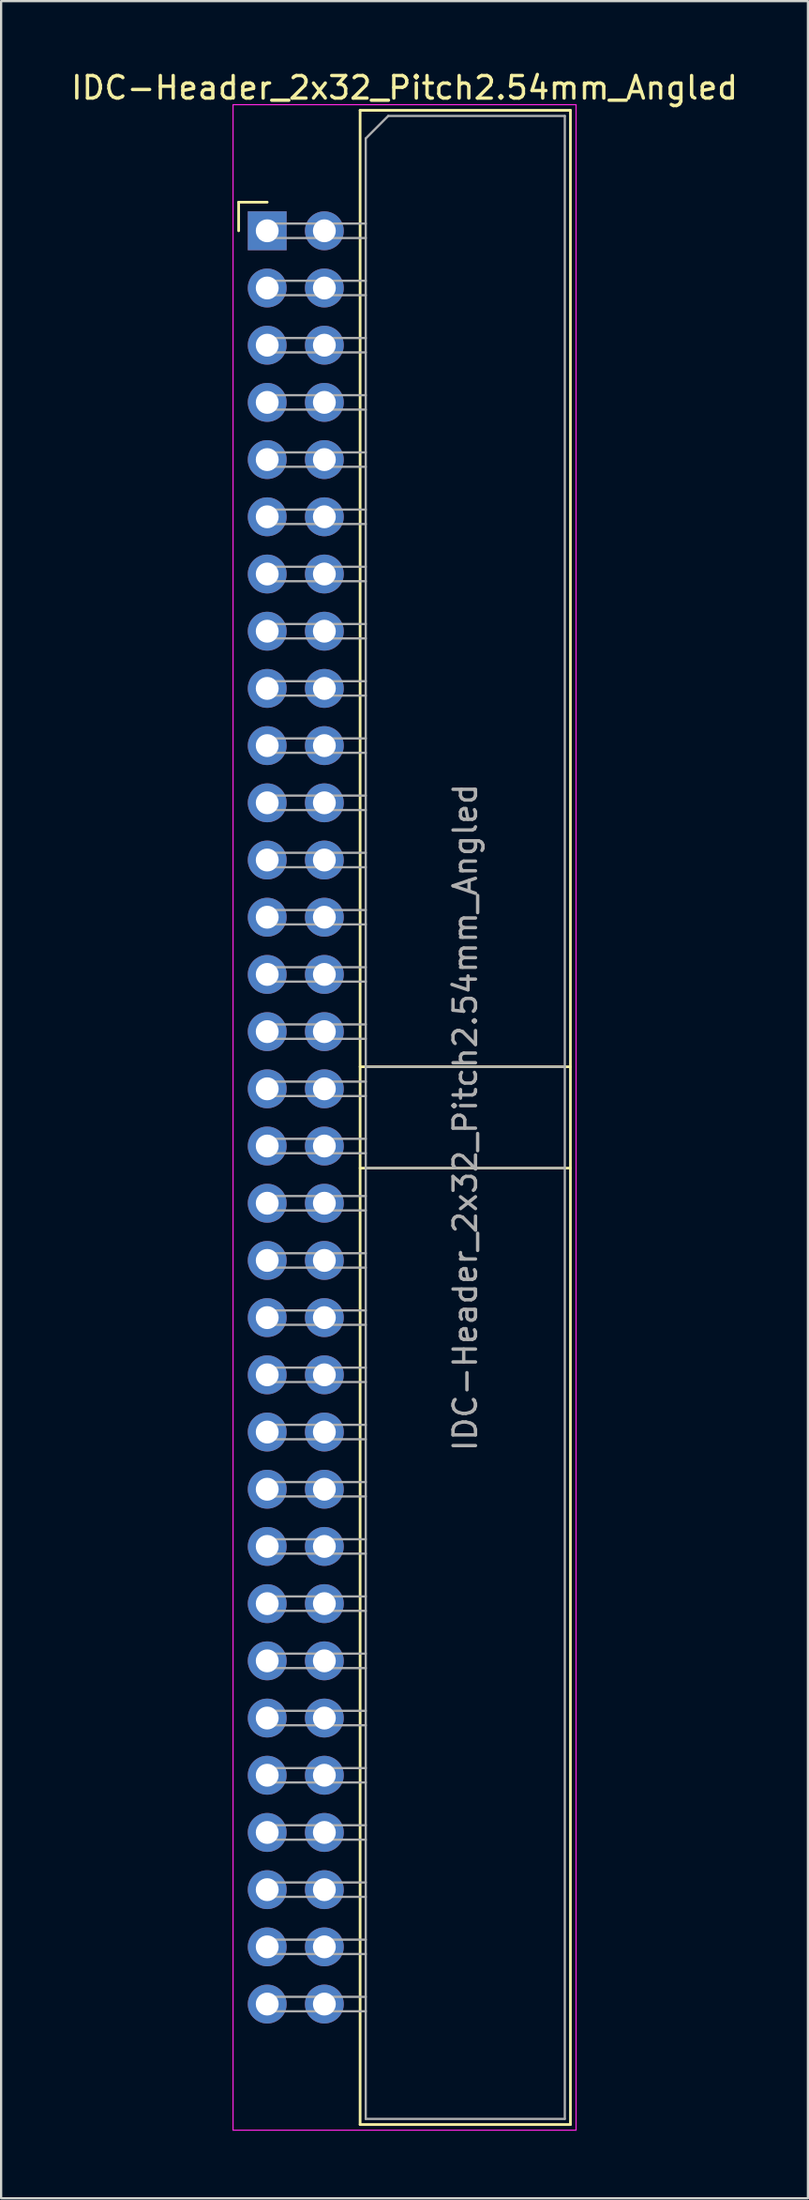
<source format=kicad_pcb>
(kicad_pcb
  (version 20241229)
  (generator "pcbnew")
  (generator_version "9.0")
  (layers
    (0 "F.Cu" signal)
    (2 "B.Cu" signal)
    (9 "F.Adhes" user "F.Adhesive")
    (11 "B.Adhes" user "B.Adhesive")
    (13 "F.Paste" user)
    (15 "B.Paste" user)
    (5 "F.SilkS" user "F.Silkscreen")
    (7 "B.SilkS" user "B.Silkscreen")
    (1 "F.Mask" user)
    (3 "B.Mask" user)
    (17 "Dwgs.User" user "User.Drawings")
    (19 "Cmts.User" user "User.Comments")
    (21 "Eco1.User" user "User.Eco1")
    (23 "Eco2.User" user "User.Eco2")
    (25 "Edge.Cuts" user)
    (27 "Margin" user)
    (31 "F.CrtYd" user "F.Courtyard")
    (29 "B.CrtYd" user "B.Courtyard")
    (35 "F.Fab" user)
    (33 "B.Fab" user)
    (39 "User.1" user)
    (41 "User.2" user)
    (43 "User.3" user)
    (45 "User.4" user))
  (footprint "IDC-Header_2x32_Pitch2.54mm_Angled"
    (layer "F.Cu")
    (at 8.83 7.198)
    (property "Reference" "IDC-Header_2x32_Pitch2.54mm_Angled" (at 6.105 -6.35 0) (layer "F.SilkS") (effects (font (size 1 1) (thickness 0.15))))
    (attr through_hole)
    (fp_line (start -1.27 -1.27) (end -1.27 0) (stroke (width 0.12) (type solid)) (layer "F.SilkS"))
    (fp_line (start 0 -1.27) (end -1.27 -1.27) (stroke (width 0.12) (type solid)) (layer "F.SilkS"))
    (fp_line (start 4.13 -5.35) (end 13.48 -5.35) (stroke (width 0.12) (type solid)) (layer "F.SilkS"))
    (fp_line (start 4.13 37.12) (end 13.48 37.12) (stroke (width 0.12) (type solid)) (layer "F.SilkS"))
    (fp_line (start 4.13 41.62) (end 13.48 41.62) (stroke (width 0.12) (type solid)) (layer "F.SilkS"))
    (fp_line (start 4.13 84.09) (end 4.13 -5.35) (stroke (width 0.12) (type solid)) (layer "F.SilkS"))
    (fp_line (start 4.13 84.09) (end 13.48 84.09) (stroke (width 0.12) (type solid)) (layer "F.SilkS"))
    (fp_line (start 13.48 -5.35) (end 13.48 84.09) (stroke (width 0.12) (type solid)) (layer "F.SilkS"))
    (fp_line (start -1.52 -5.6) (end 13.73 -5.6) (stroke (width 0.05) (type solid)) (layer "F.CrtYd"))
    (fp_line (start -1.52 84.34) (end -1.52 -5.6) (stroke (width 0.05) (type solid)) (layer "F.CrtYd"))
    (fp_line (start 13.73 -5.6) (end 13.73 84.34) (stroke (width 0.05) (type solid)) (layer "F.CrtYd"))
    (fp_line (start 13.73 84.34) (end -1.52 84.34) (stroke (width 0.05) (type solid)) (layer "F.CrtYd"))
    (fp_line (start -0.32 -0.32) (end -0.32 0.32) (stroke (width 0.1) (type solid)) (layer "F.Fab"))
    (fp_line (start -0.32 0.32) (end 4.38 0.32) (stroke (width 0.1) (type solid)) (layer "F.Fab"))
    (fp_line (start -0.32 2.22) (end -0.32 2.86) (stroke (width 0.1) (type solid)) (layer "F.Fab"))
    (fp_line (start -0.32 2.86) (end 4.38 2.86) (stroke (width 0.1) (type solid)) (layer "F.Fab"))
    (fp_line (start -0.32 4.76) (end -0.32 5.4) (stroke (width 0.1) (type solid)) (layer "F.Fab"))
    (fp_line (start -0.32 5.4) (end 4.38 5.4) (stroke (width 0.1) (type solid)) (layer "F.Fab"))
    (fp_line (start -0.32 7.3) (end -0.32 7.94) (stroke (width 0.1) (type solid)) (layer "F.Fab"))
    (fp_line (start -0.32 7.94) (end 4.38 7.94) (stroke (width 0.1) (type solid)) (layer "F.Fab"))
    (fp_line (start -0.32 9.84) (end -0.32 10.48) (stroke (width 0.1) (type solid)) (layer "F.Fab"))
    (fp_line (start -0.32 10.48) (end 4.38 10.48) (stroke (width 0.1) (type solid)) (layer "F.Fab"))
    (fp_line (start -0.32 12.38) (end -0.32 13.02) (stroke (width 0.1) (type solid)) (layer "F.Fab"))
    (fp_line (start -0.32 13.02) (end 4.38 13.02) (stroke (width 0.1) (type solid)) (layer "F.Fab"))
    (fp_line (start -0.32 14.92) (end -0.32 15.56) (stroke (width 0.1) (type solid)) (layer "F.Fab"))
    (fp_line (start -0.32 15.56) (end 4.38 15.56) (stroke (width 0.1) (type solid)) (layer "F.Fab"))
    (fp_line (start -0.32 17.46) (end -0.32 18.1) (stroke (width 0.1) (type solid)) (layer "F.Fab"))
    (fp_line (start -0.32 18.1) (end 4.38 18.1) (stroke (width 0.1) (type solid)) (layer "F.Fab"))
    (fp_line (start -0.32 20) (end -0.32 20.64) (stroke (width 0.1) (type solid)) (layer "F.Fab"))
    (fp_line (start -0.32 20.64) (end 4.38 20.64) (stroke (width 0.1) (type solid)) (layer "F.Fab"))
    (fp_line (start -0.32 22.54) (end -0.32 23.18) (stroke (width 0.1) (type solid)) (layer "F.Fab"))
    (fp_line (start -0.32 23.18) (end 4.38 23.18) (stroke (width 0.1) (type solid)) (layer "F.Fab"))
    (fp_line (start -0.32 25.08) (end -0.32 25.72) (stroke (width 0.1) (type solid)) (layer "F.Fab"))
    (fp_line (start -0.32 25.72) (end 4.38 25.72) (stroke (width 0.1) (type solid)) (layer "F.Fab"))
    (fp_line (start -0.32 27.62) (end -0.32 28.26) (stroke (width 0.1) (type solid)) (layer "F.Fab"))
    (fp_line (start -0.32 28.26) (end 4.38 28.26) (stroke (width 0.1) (type solid)) (layer "F.Fab"))
    (fp_line (start -0.32 30.16) (end -0.32 30.8) (stroke (width 0.1) (type solid)) (layer "F.Fab"))
    (fp_line (start -0.32 30.8) (end 4.38 30.8) (stroke (width 0.1) (type solid)) (layer "F.Fab"))
    (fp_line (start -0.32 32.7) (end -0.32 33.34) (stroke (width 0.1) (type solid)) (layer "F.Fab"))
    (fp_line (start -0.32 33.34) (end 4.38 33.34) (stroke (width 0.1) (type solid)) (layer "F.Fab"))
    (fp_line (start -0.32 35.24) (end -0.32 35.88) (stroke (width 0.1) (type solid)) (layer "F.Fab"))
    (fp_line (start -0.32 35.88) (end 4.38 35.88) (stroke (width 0.1) (type solid)) (layer "F.Fab"))
    (fp_line (start -0.32 37.78) (end -0.32 38.42) (stroke (width 0.1) (type solid)) (layer "F.Fab"))
    (fp_line (start -0.32 38.42) (end 4.38 38.42) (stroke (width 0.1) (type solid)) (layer "F.Fab"))
    (fp_line (start -0.32 40.32) (end -0.32 40.96) (stroke (width 0.1) (type solid)) (layer "F.Fab"))
    (fp_line (start -0.32 40.96) (end 4.38 40.96) (stroke (width 0.1) (type solid)) (layer "F.Fab"))
    (fp_line (start -0.32 42.86) (end -0.32 43.5) (stroke (width 0.1) (type solid)) (layer "F.Fab"))
    (fp_line (start -0.32 43.5) (end 4.38 43.5) (stroke (width 0.1) (type solid)) (layer "F.Fab"))
    (fp_line (start -0.32 45.4) (end -0.32 46.04) (stroke (width 0.1) (type solid)) (layer "F.Fab"))
    (fp_line (start -0.32 46.04) (end 4.38 46.04) (stroke (width 0.1) (type solid)) (layer "F.Fab"))
    (fp_line (start -0.32 47.94) (end -0.32 48.58) (stroke (width 0.1) (type solid)) (layer "F.Fab"))
    (fp_line (start -0.32 48.58) (end 4.38 48.58) (stroke (width 0.1) (type solid)) (layer "F.Fab"))
    (fp_line (start -0.32 50.48) (end -0.32 51.12) (stroke (width 0.1) (type solid)) (layer "F.Fab"))
    (fp_line (start -0.32 51.12) (end 4.38 51.12) (stroke (width 0.1) (type solid)) (layer "F.Fab"))
    (fp_line (start -0.32 53.02) (end -0.32 53.66) (stroke (width 0.1) (type solid)) (layer "F.Fab"))
    (fp_line (start -0.32 53.66) (end 4.38 53.66) (stroke (width 0.1) (type solid)) (layer "F.Fab"))
    (fp_line (start -0.32 55.56) (end -0.32 56.2) (stroke (width 0.1) (type solid)) (layer "F.Fab"))
    (fp_line (start -0.32 56.2) (end 4.38 56.2) (stroke (width 0.1) (type solid)) (layer "F.Fab"))
    (fp_line (start -0.32 58.1) (end -0.32 58.74) (stroke (width 0.1) (type solid)) (layer "F.Fab"))
    (fp_line (start -0.32 58.74) (end 4.38 58.74) (stroke (width 0.1) (type solid)) (layer "F.Fab"))
    (fp_line (start -0.32 60.64) (end -0.32 61.28) (stroke (width 0.1) (type solid)) (layer "F.Fab"))
    (fp_line (start -0.32 61.28) (end 4.38 61.28) (stroke (width 0.1) (type solid)) (layer "F.Fab"))
    (fp_line (start -0.32 63.18) (end -0.32 63.82) (stroke (width 0.1) (type solid)) (layer "F.Fab"))
    (fp_line (start -0.32 63.82) (end 4.38 63.82) (stroke (width 0.1) (type solid)) (layer "F.Fab"))
    (fp_line (start -0.32 65.72) (end -0.32 66.36) (stroke (width 0.1) (type solid)) (layer "F.Fab"))
    (fp_line (start -0.32 66.36) (end 4.38 66.36) (stroke (width 0.1) (type solid)) (layer "F.Fab"))
    (fp_line (start -0.32 68.26) (end -0.32 68.9) (stroke (width 0.1) (type solid)) (layer "F.Fab"))
    (fp_line (start -0.32 68.9) (end 4.38 68.9) (stroke (width 0.1) (type solid)) (layer "F.Fab"))
    (fp_line (start -0.32 70.8) (end -0.32 71.44) (stroke (width 0.1) (type solid)) (layer "F.Fab"))
    (fp_line (start -0.32 71.44) (end 4.38 71.44) (stroke (width 0.1) (type solid)) (layer "F.Fab"))
    (fp_line (start -0.32 73.34) (end -0.32 73.98) (stroke (width 0.1) (type solid)) (layer "F.Fab"))
    (fp_line (start -0.32 73.98) (end 4.38 73.98) (stroke (width 0.1) (type solid)) (layer "F.Fab"))
    (fp_line (start -0.32 75.88) (end -0.32 76.52) (stroke (width 0.1) (type solid)) (layer "F.Fab"))
    (fp_line (start -0.32 76.52) (end 4.38 76.52) (stroke (width 0.1) (type solid)) (layer "F.Fab"))
    (fp_line (start -0.32 78.42) (end -0.32 79.06) (stroke (width 0.1) (type solid)) (layer "F.Fab"))
    (fp_line (start -0.32 79.06) (end 4.38 79.06) (stroke (width 0.1) (type solid)) (layer "F.Fab"))
    (fp_line (start 4.38 -4.1) (end 5.38 -5.1) (stroke (width 0.1) (type solid)) (layer "F.Fab"))
    (fp_line (start 4.38 -0.32) (end -0.32 -0.32) (stroke (width 0.1) (type solid)) (layer "F.Fab"))
    (fp_line (start 4.38 2.22) (end -0.32 2.22) (stroke (width 0.1) (type solid)) (layer "F.Fab"))
    (fp_line (start 4.38 4.76) (end -0.32 4.76) (stroke (width 0.1) (type solid)) (layer "F.Fab"))
    (fp_line (start 4.38 7.3) (end -0.32 7.3) (stroke (width 0.1) (type solid)) (layer "F.Fab"))
    (fp_line (start 4.38 9.84) (end -0.32 9.84) (stroke (width 0.1) (type solid)) (layer "F.Fab"))
    (fp_line (start 4.38 12.38) (end -0.32 12.38) (stroke (width 0.1) (type solid)) (layer "F.Fab"))
    (fp_line (start 4.38 14.92) (end -0.32 14.92) (stroke (width 0.1) (type solid)) (layer "F.Fab"))
    (fp_line (start 4.38 17.46) (end -0.32 17.46) (stroke (width 0.1) (type solid)) (layer "F.Fab"))
    (fp_line (start 4.38 20) (end -0.32 20) (stroke (width 0.1) (type solid)) (layer "F.Fab"))
    (fp_line (start 4.38 22.54) (end -0.32 22.54) (stroke (width 0.1) (type solid)) (layer "F.Fab"))
    (fp_line (start 4.38 25.08) (end -0.32 25.08) (stroke (width 0.1) (type solid)) (layer "F.Fab"))
    (fp_line (start 4.38 27.62) (end -0.32 27.62) (stroke (width 0.1) (type solid)) (layer "F.Fab"))
    (fp_line (start 4.38 30.16) (end -0.32 30.16) (stroke (width 0.1) (type solid)) (layer "F.Fab"))
    (fp_line (start 4.38 32.7) (end -0.32 32.7) (stroke (width 0.1) (type solid)) (layer "F.Fab"))
    (fp_line (start 4.38 35.24) (end -0.32 35.24) (stroke (width 0.1) (type solid)) (layer "F.Fab"))
    (fp_line (start 4.38 37.12) (end 13.23 37.12) (stroke (width 0.1) (type solid)) (layer "F.Fab"))
    (fp_line (start 4.38 37.78) (end -0.32 37.78) (stroke (width 0.1) (type solid)) (layer "F.Fab"))
    (fp_line (start 4.38 40.32) (end -0.32 40.32) (stroke (width 0.1) (type solid)) (layer "F.Fab"))
    (fp_line (start 4.38 41.62) (end 13.23 41.62) (stroke (width 0.1) (type solid)) (layer "F.Fab"))
    (fp_line (start 4.38 42.86) (end -0.32 42.86) (stroke (width 0.1) (type solid)) (layer "F.Fab"))
    (fp_line (start 4.38 45.4) (end -0.32 45.4) (stroke (width 0.1) (type solid)) (layer "F.Fab"))
    (fp_line (start 4.38 47.94) (end -0.32 47.94) (stroke (width 0.1) (type solid)) (layer "F.Fab"))
    (fp_line (start 4.38 50.48) (end -0.32 50.48) (stroke (width 0.1) (type solid)) (layer "F.Fab"))
    (fp_line (start 4.38 53.02) (end -0.32 53.02) (stroke (width 0.1) (type solid)) (layer "F.Fab"))
    (fp_line (start 4.38 55.56) (end -0.32 55.56) (stroke (width 0.1) (type solid)) (layer "F.Fab"))
    (fp_line (start 4.38 58.1) (end -0.32 58.1) (stroke (width 0.1) (type solid)) (layer "F.Fab"))
    (fp_line (start 4.38 60.64) (end -0.32 60.64) (stroke (width 0.1) (type solid)) (layer "F.Fab"))
    (fp_line (start 4.38 63.18) (end -0.32 63.18) (stroke (width 0.1) (type solid)) (layer "F.Fab"))
    (fp_line (start 4.38 65.72) (end -0.32 65.72) (stroke (width 0.1) (type solid)) (layer "F.Fab"))
    (fp_line (start 4.38 68.26) (end -0.32 68.26) (stroke (width 0.1) (type solid)) (layer "F.Fab"))
    (fp_line (start 4.38 70.8) (end -0.32 70.8) (stroke (width 0.1) (type solid)) (layer "F.Fab"))
    (fp_line (start 4.38 73.34) (end -0.32 73.34) (stroke (width 0.1) (type solid)) (layer "F.Fab"))
    (fp_line (start 4.38 75.88) (end -0.32 75.88) (stroke (width 0.1) (type solid)) (layer "F.Fab"))
    (fp_line (start 4.38 78.42) (end -0.32 78.42) (stroke (width 0.1) (type solid)) (layer "F.Fab"))
    (fp_line (start 4.38 83.84) (end 4.38 -4.1) (stroke (width 0.1) (type solid)) (layer "F.Fab"))
    (fp_line (start 4.38 83.84) (end 13.23 83.84) (stroke (width 0.1) (type solid)) (layer "F.Fab"))
    (fp_line (start 5.38 -5.1) (end 13.23 -5.1) (stroke (width 0.1) (type solid)) (layer "F.Fab"))
    (fp_line (start 13.23 83.84) (end 13.23 -5.1) (stroke (width 0.1) (type solid)) (layer "F.Fab"))
    (fp_text user "${REFERENCE}" (at 8.805 39.37 90) (layer "F.Fab") (effects (font (size 1 1) (thickness 0.15))))
    (pad "1" thru_hole rect (at 0 0) (size 1.727 1.727) (drill 1.016) (layers "*.Cu" "*.Mask"))
    (pad "2" thru_hole oval (at 2.54 0) (size 1.727 1.727) (drill 1.016) (layers "*.Cu" "*.Mask"))
    (pad "3" thru_hole oval (at 0 2.54) (size 1.727 1.727) (drill 1.016) (layers "*.Cu" "*.Mask"))
    (pad "4" thru_hole oval (at 2.54 2.54) (size 1.727 1.727) (drill 1.016) (layers "*.Cu" "*.Mask"))
    (pad "5" thru_hole oval (at 0 5.08) (size 1.727 1.727) (drill 1.016) (layers "*.Cu" "*.Mask"))
    (pad "6" thru_hole oval (at 2.54 5.08) (size 1.727 1.727) (drill 1.016) (layers "*.Cu" "*.Mask"))
    (pad "7" thru_hole oval (at 0 7.62) (size 1.727 1.727) (drill 1.016) (layers "*.Cu" "*.Mask"))
    (pad "8" thru_hole oval (at 2.54 7.62) (size 1.727 1.727) (drill 1.016) (layers "*.Cu" "*.Mask"))
    (pad "9" thru_hole oval (at 0 10.16) (size 1.727 1.727) (drill 1.016) (layers "*.Cu" "*.Mask"))
    (pad "10" thru_hole oval (at 2.54 10.16) (size 1.727 1.727) (drill 1.016) (layers "*.Cu" "*.Mask"))
    (pad "11" thru_hole oval (at 0 12.7) (size 1.727 1.727) (drill 1.016) (layers "*.Cu" "*.Mask"))
    (pad "12" thru_hole oval (at 2.54 12.7) (size 1.727 1.727) (drill 1.016) (layers "*.Cu" "*.Mask"))
    (pad "13" thru_hole oval (at 0 15.24) (size 1.727 1.727) (drill 1.016) (layers "*.Cu" "*.Mask"))
    (pad "14" thru_hole oval (at 2.54 15.24) (size 1.727 1.727) (drill 1.016) (layers "*.Cu" "*.Mask"))
    (pad "15" thru_hole oval (at 0 17.78) (size 1.727 1.727) (drill 1.016) (layers "*.Cu" "*.Mask"))
    (pad "16" thru_hole oval (at 2.54 17.78) (size 1.727 1.727) (drill 1.016) (layers "*.Cu" "*.Mask"))
    (pad "17" thru_hole oval (at 0 20.32) (size 1.727 1.727) (drill 1.016) (layers "*.Cu" "*.Mask"))
    (pad "18" thru_hole oval (at 2.54 20.32) (size 1.727 1.727) (drill 1.016) (layers "*.Cu" "*.Mask"))
    (pad "19" thru_hole oval (at 0 22.86) (size 1.727 1.727) (drill 1.016) (layers "*.Cu" "*.Mask"))
    (pad "20" thru_hole oval (at 2.54 22.86) (size 1.727 1.727) (drill 1.016) (layers "*.Cu" "*.Mask"))
    (pad "21" thru_hole oval (at 0 25.4) (size 1.727 1.727) (drill 1.016) (layers "*.Cu" "*.Mask"))
    (pad "22" thru_hole oval (at 2.54 25.4) (size 1.727 1.727) (drill 1.016) (layers "*.Cu" "*.Mask"))
    (pad "23" thru_hole oval (at 0 27.94) (size 1.727 1.727) (drill 1.016) (layers "*.Cu" "*.Mask"))
    (pad "24" thru_hole oval (at 2.54 27.94) (size 1.727 1.727) (drill 1.016) (layers "*.Cu" "*.Mask"))
    (pad "25" thru_hole oval (at 0 30.48) (size 1.727 1.727) (drill 1.016) (layers "*.Cu" "*.Mask"))
    (pad "26" thru_hole oval (at 2.54 30.48) (size 1.727 1.727) (drill 1.016) (layers "*.Cu" "*.Mask"))
    (pad "27" thru_hole oval (at 0 33.02) (size 1.727 1.727) (drill 1.016) (layers "*.Cu" "*.Mask"))
    (pad "28" thru_hole oval (at 2.54 33.02) (size 1.727 1.727) (drill 1.016) (layers "*.Cu" "*.Mask"))
    (pad "29" thru_hole oval (at 0 35.56) (size 1.727 1.727) (drill 1.016) (layers "*.Cu" "*.Mask"))
    (pad "30" thru_hole oval (at 2.54 35.56) (size 1.727 1.727) (drill 1.016) (layers "*.Cu" "*.Mask"))
    (pad "31" thru_hole oval (at 0 38.1) (size 1.727 1.727) (drill 1.016) (layers "*.Cu" "*.Mask"))
    (pad "32" thru_hole oval (at 2.54 38.1) (size 1.727 1.727) (drill 1.016) (layers "*.Cu" "*.Mask"))
    (pad "33" thru_hole oval (at 0 40.64) (size 1.727 1.727) (drill 1.016) (layers "*.Cu" "*.Mask"))
    (pad "34" thru_hole oval (at 2.54 40.64) (size 1.727 1.727) (drill 1.016) (layers "*.Cu" "*.Mask"))
    (pad "35" thru_hole oval (at 0 43.18) (size 1.727 1.727) (drill 1.016) (layers "*.Cu" "*.Mask"))
    (pad "36" thru_hole oval (at 2.54 43.18) (size 1.727 1.727) (drill 1.016) (layers "*.Cu" "*.Mask"))
    (pad "37" thru_hole oval (at 0 45.72) (size 1.727 1.727) (drill 1.016) (layers "*.Cu" "*.Mask"))
    (pad "38" thru_hole oval (at 2.54 45.72) (size 1.727 1.727) (drill 1.016) (layers "*.Cu" "*.Mask"))
    (pad "39" thru_hole oval (at 0 48.26) (size 1.727 1.727) (drill 1.016) (layers "*.Cu" "*.Mask"))
    (pad "40" thru_hole oval (at 2.54 48.26) (size 1.727 1.727) (drill 1.016) (layers "*.Cu" "*.Mask"))
    (pad "41" thru_hole oval (at 0 50.8) (size 1.727 1.727) (drill 1.016) (layers "*.Cu" "*.Mask"))
    (pad "42" thru_hole oval (at 2.54 50.8) (size 1.727 1.727) (drill 1.016) (layers "*.Cu" "*.Mask"))
    (pad "43" thru_hole oval (at 0 53.34) (size 1.727 1.727) (drill 1.016) (layers "*.Cu" "*.Mask"))
    (pad "44" thru_hole oval (at 2.54 53.34) (size 1.727 1.727) (drill 1.016) (layers "*.Cu" "*.Mask"))
    (pad "45" thru_hole oval (at 0 55.88) (size 1.727 1.727) (drill 1.016) (layers "*.Cu" "*.Mask"))
    (pad "46" thru_hole oval (at 2.54 55.88) (size 1.727 1.727) (drill 1.016) (layers "*.Cu" "*.Mask"))
    (pad "47" thru_hole oval (at 0 58.42) (size 1.727 1.727) (drill 1.016) (layers "*.Cu" "*.Mask"))
    (pad "48" thru_hole oval (at 2.54 58.42) (size 1.727 1.727) (drill 1.016) (layers "*.Cu" "*.Mask"))
    (pad "49" thru_hole oval (at 0 60.96) (size 1.727 1.727) (drill 1.016) (layers "*.Cu" "*.Mask"))
    (pad "50" thru_hole oval (at 2.54 60.96) (size 1.727 1.727) (drill 1.016) (layers "*.Cu" "*.Mask"))
    (pad "51" thru_hole oval (at 0 63.5) (size 1.727 1.727) (drill 1.016) (layers "*.Cu" "*.Mask"))
    (pad "52" thru_hole oval (at 2.54 63.5) (size 1.727 1.727) (drill 1.016) (layers "*.Cu" "*.Mask"))
    (pad "53" thru_hole oval (at 0 66.04) (size 1.727 1.727) (drill 1.016) (layers "*.Cu" "*.Mask"))
    (pad "54" thru_hole oval (at 2.54 66.04) (size 1.727 1.727) (drill 1.016) (layers "*.Cu" "*.Mask"))
    (pad "55" thru_hole oval (at 0 68.58) (size 1.727 1.727) (drill 1.016) (layers "*.Cu" "*.Mask"))
    (pad "56" thru_hole oval (at 2.54 68.58) (size 1.727 1.727) (drill 1.016) (layers "*.Cu" "*.Mask"))
    (pad "57" thru_hole oval (at 0 71.12) (size 1.727 1.727) (drill 1.016) (layers "*.Cu" "*.Mask"))
    (pad "58" thru_hole oval (at 2.54 71.12) (size 1.727 1.727) (drill 1.016) (layers "*.Cu" "*.Mask"))
    (pad "59" thru_hole oval (at 0 73.66) (size 1.727 1.727) (drill 1.016) (layers "*.Cu" "*.Mask"))
    (pad "60" thru_hole oval (at 2.54 73.66) (size 1.727 1.727) (drill 1.016) (layers "*.Cu" "*.Mask"))
    (pad "61" thru_hole oval (at 0 76.2) (size 1.727 1.727) (drill 1.016) (layers "*.Cu" "*.Mask"))
    (pad "62" thru_hole oval (at 2.54 76.2) (size 1.727 1.727) (drill 1.016) (layers "*.Cu" "*.Mask"))
    (pad "63" thru_hole oval (at 0 78.74) (size 1.727 1.727) (drill 1.016) (layers "*.Cu" "*.Mask"))
    (pad "64" thru_hole oval (at 2.54 78.74) (size 1.727 1.727) (drill 1.016) (layers "*.Cu" "*.Mask")))
  (gr_rect
    (start -3 -3)
    (end 32.869 94.563)
    (stroke (width 0.1) (type default))
    (fill no)
    (layer "Edge.Cuts")))
</source>
